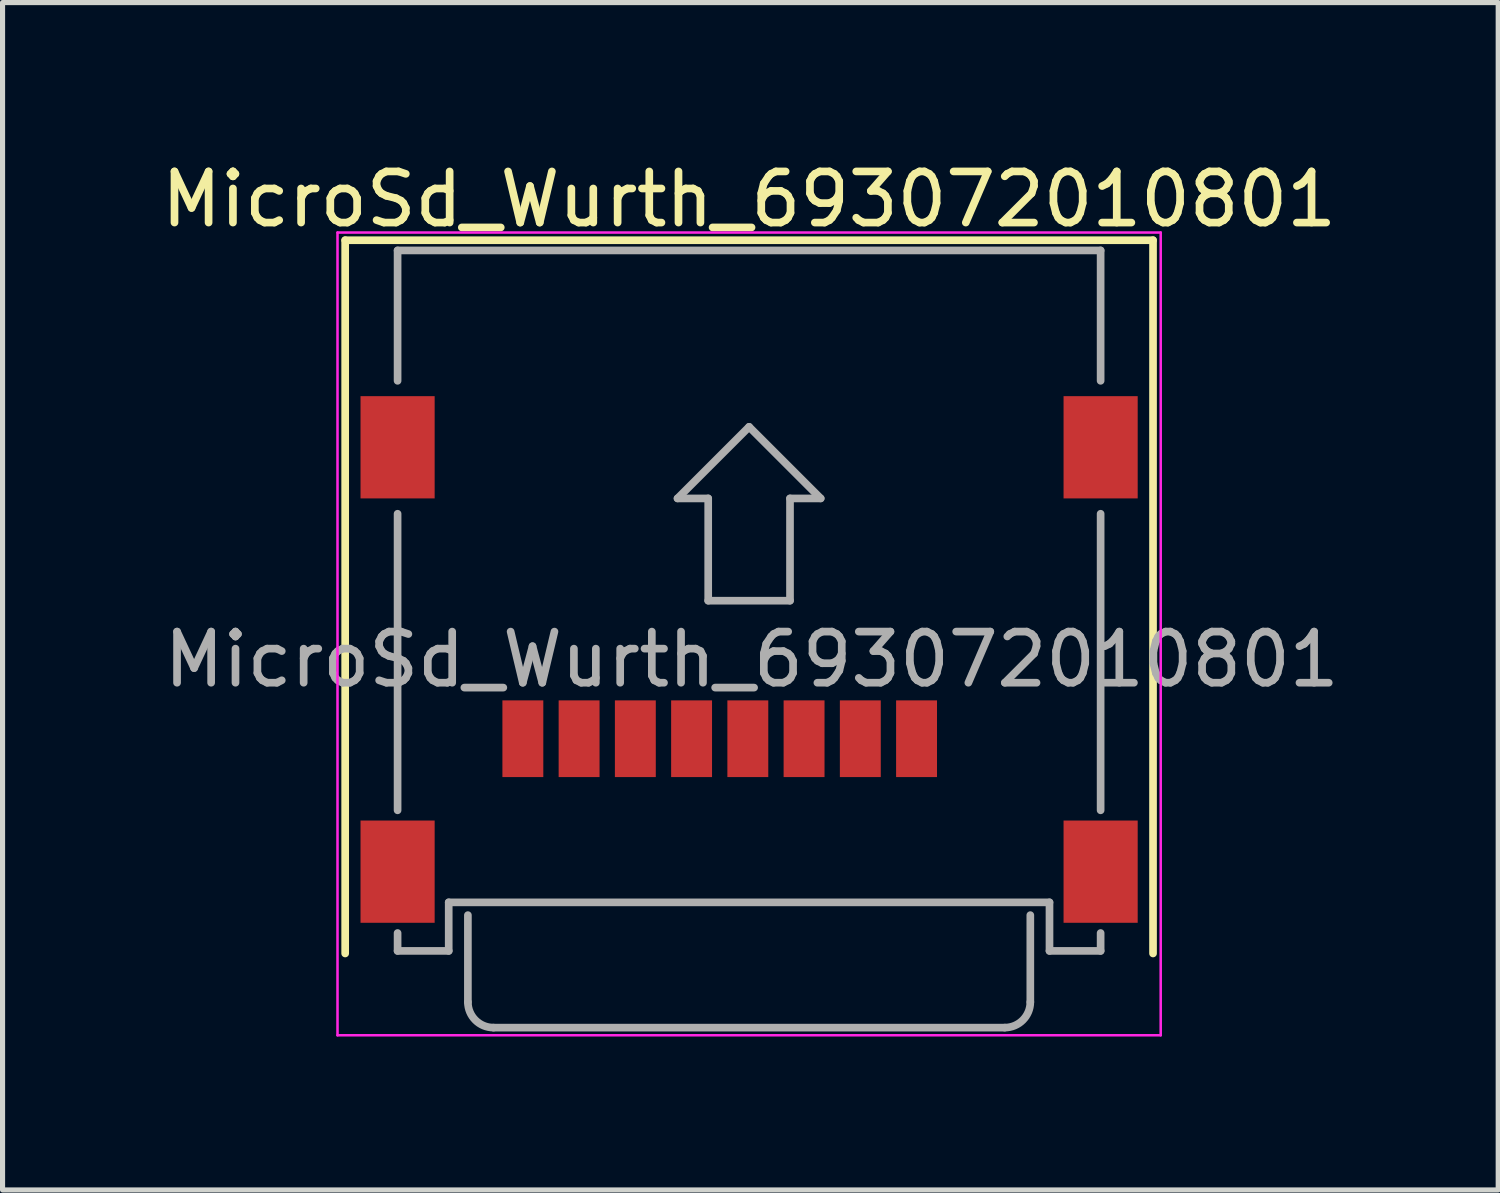
<source format=kicad_pcb>
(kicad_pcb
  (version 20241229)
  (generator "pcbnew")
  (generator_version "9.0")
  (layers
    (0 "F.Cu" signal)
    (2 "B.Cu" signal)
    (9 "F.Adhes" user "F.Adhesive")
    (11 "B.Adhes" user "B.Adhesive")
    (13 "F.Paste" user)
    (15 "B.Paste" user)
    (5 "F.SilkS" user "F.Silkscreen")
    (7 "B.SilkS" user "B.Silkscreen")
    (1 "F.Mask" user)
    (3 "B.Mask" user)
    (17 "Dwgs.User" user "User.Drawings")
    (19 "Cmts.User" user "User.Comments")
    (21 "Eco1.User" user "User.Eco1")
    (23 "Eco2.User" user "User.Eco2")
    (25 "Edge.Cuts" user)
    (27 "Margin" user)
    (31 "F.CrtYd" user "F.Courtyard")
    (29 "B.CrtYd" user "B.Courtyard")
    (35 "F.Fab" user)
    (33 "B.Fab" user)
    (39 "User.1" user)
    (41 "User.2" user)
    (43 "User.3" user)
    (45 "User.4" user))
  (footprint "MicroSd_Wurth_693072010801"
    (layer "F.Cu")
    (at 11.601 9.848)
    (property "Reference" "MicroSd_Wurth_693072010801" (at 0 -9 0) (layer "F.SilkS") (effects (font (size 1 1) (thickness 0.15))))
    (attr smd)
    (fp_line (start -7.9 -8.2) (end -7.9 5.75) (stroke (width 0.15) (type solid)) (layer "F.SilkS"))
    (fp_line (start 7.9 -8.2) (end -7.9 -8.2) (stroke (width 0.15) (type solid)) (layer "F.SilkS"))
    (fp_line (start 7.9 5.75) (end 7.9 -8.2) (stroke (width 0.15) (type solid)) (layer "F.SilkS"))
    (fp_line (start -8.05 -8.35) (end 8.05 -8.35) (stroke (width 0.05) (type solid)) (layer "F.CrtYd"))
    (fp_line (start -8.05 7.35) (end -8.05 -8.35) (stroke (width 0.05) (type solid)) (layer "F.CrtYd"))
    (fp_line (start 8.05 -8.35) (end 8.05 7.35) (stroke (width 0.05) (type solid)) (layer "F.CrtYd"))
    (fp_line (start 8.05 7.35) (end -8.05 7.35) (stroke (width 0.05) (type solid)) (layer "F.CrtYd"))
    (fp_line (start -6.875 -8) (end -6.875 -5.45) (stroke (width 0.15) (type solid)) (layer "F.Fab"))
    (fp_line (start -6.875 -2.85) (end -6.875 2.95) (stroke (width 0.15) (type solid)) (layer "F.Fab"))
    (fp_line (start -6.875 5.7) (end -6.875 5.35) (stroke (width 0.15) (type solid)) (layer "F.Fab"))
    (fp_line (start -5.875 4.75) (end -5.875 5.7) (stroke (width 0.15) (type solid)) (layer "F.Fab"))
    (fp_line (start -5.875 5.7) (end -6.875 5.7) (stroke (width 0.15) (type solid)) (layer "F.Fab"))
    (fp_line (start -5.5 6.7) (end -5.5 5) (stroke (width 0.15) (type solid)) (layer "F.Fab"))
    (fp_line (start -1.4 -3.15) (end 0 -4.55) (stroke (width 0.15) (type solid)) (layer "F.Fab"))
    (fp_line (start -0.8 -3.15) (end -1.4 -3.15) (stroke (width 0.15) (type solid)) (layer "F.Fab"))
    (fp_line (start -0.8 -1.15) (end -0.8 -3.15) (stroke (width 0.15) (type solid)) (layer "F.Fab"))
    (fp_line (start 0 -4.55) (end 1.4 -3.15) (stroke (width 0.15) (type solid)) (layer "F.Fab"))
    (fp_line (start 0.8 -3.15) (end 0.8 -1.15) (stroke (width 0.15) (type solid)) (layer "F.Fab"))
    (fp_line (start 0.8 -1.15) (end -0.8 -1.15) (stroke (width 0.15) (type solid)) (layer "F.Fab"))
    (fp_line (start 1.4 -3.15) (end 0.8 -3.15) (stroke (width 0.15) (type solid)) (layer "F.Fab"))
    (fp_line (start 5 7.2) (end -5 7.2) (stroke (width 0.15) (type solid)) (layer "F.Fab"))
    (fp_line (start 5.5 6.7) (end 5.5 5) (stroke (width 0.15) (type solid)) (layer "F.Fab"))
    (fp_line (start 5.875 4.75) (end -5.875 4.75) (stroke (width 0.15) (type solid)) (layer "F.Fab"))
    (fp_line (start 5.875 5.7) (end 5.875 4.75) (stroke (width 0.15) (type solid)) (layer "F.Fab"))
    (fp_line (start 6.875 -8) (end -6.875 -8) (stroke (width 0.15) (type solid)) (layer "F.Fab"))
    (fp_line (start 6.875 -5.45) (end 6.875 -8) (stroke (width 0.15) (type solid)) (layer "F.Fab"))
    (fp_line (start 6.875 -2.85) (end 6.875 2.95) (stroke (width 0.15) (type solid)) (layer "F.Fab"))
    (fp_line (start 6.875 5.35) (end 6.875 5.7) (stroke (width 0.15) (type solid)) (layer "F.Fab"))
    (fp_line (start 6.875 5.7) (end 5.875 5.7) (stroke (width 0.15) (type solid)) (layer "F.Fab"))
    (fp_arc (start -5 7.2) (mid -5.353553 7.053553) (end -5.5 6.7) (stroke (width 0.15) (type solid)) (layer "F.Fab"))
    (fp_arc (start 5.5 6.7) (mid 5.353553 7.053553) (end 5 7.2) (stroke (width 0.15) (type solid)) (layer "F.Fab"))
    (fp_text user "${REFERENCE}" (at 0.05 0 0) (layer "F.Fab") (effects (font (size 1 1) (thickness 0.15))))
    (pad "1" smd rect (at 3.275 1.55) (size 0.8 1.5) (layers "F.Cu" "F.Mask" "F.Paste"))
    (pad "2" smd rect (at 2.175 1.55) (size 0.8 1.5) (layers "F.Cu" "F.Mask" "F.Paste"))
    (pad "3" smd rect (at 1.075 1.55) (size 0.8 1.5) (layers "F.Cu" "F.Mask" "F.Paste"))
    (pad "4" smd rect (at -0.025 1.55) (size 0.8 1.5) (layers "F.Cu" "F.Mask" "F.Paste"))
    (pad "5" smd rect (at -1.125 1.55) (size 0.8 1.5) (layers "F.Cu" "F.Mask" "F.Paste"))
    (pad "6" smd rect (at -2.225 1.55) (size 0.8 1.5) (layers "F.Cu" "F.Mask" "F.Paste"))
    (pad "7" smd rect (at -3.325 1.55) (size 0.8 1.5) (layers "F.Cu" "F.Mask" "F.Paste"))
    (pad "8" smd rect (at -4.425 1.55) (size 0.8 1.5) (layers "F.Cu" "F.Mask" "F.Paste"))
    (pad "9" smd rect (at -6.875 -4.15) (size 1.45 2) (layers "F.Cu" "F.Mask" "F.Paste"))
    (pad "9" smd rect (at -6.875 4.15) (size 1.45 2) (layers "F.Cu" "F.Mask" "F.Paste"))
    (pad "9" smd rect (at 6.875 -4.15) (size 1.45 2) (layers "F.Cu" "F.Mask" "F.Paste"))
    (pad "9" smd rect (at 6.875 4.15) (size 1.45 2) (layers "F.Cu" "F.Mask" "F.Paste")))
  (gr_rect
    (start -3 -3)
    (end 26.252 20.223)
    (stroke (width 0.1) (type default))
    (fill no)
    (layer "Edge.Cuts")))
</source>
